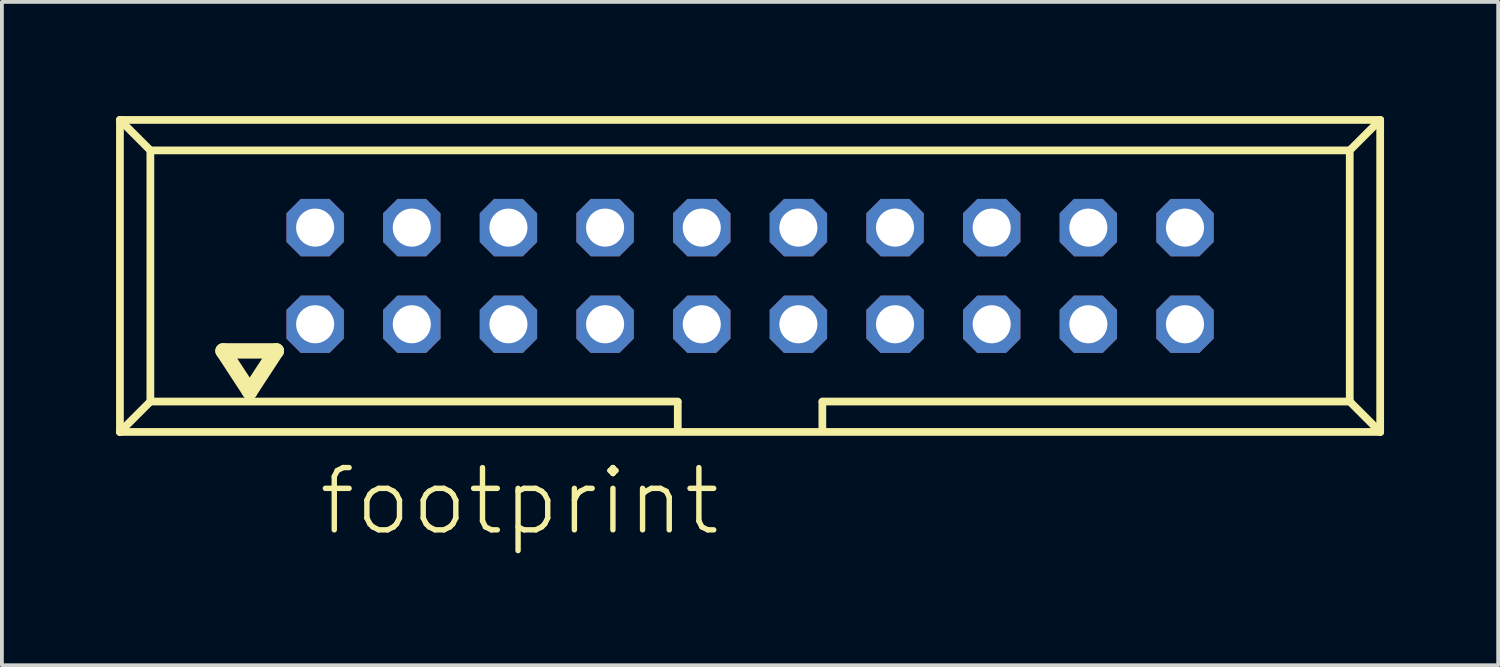
<source format=kicad_pcb>
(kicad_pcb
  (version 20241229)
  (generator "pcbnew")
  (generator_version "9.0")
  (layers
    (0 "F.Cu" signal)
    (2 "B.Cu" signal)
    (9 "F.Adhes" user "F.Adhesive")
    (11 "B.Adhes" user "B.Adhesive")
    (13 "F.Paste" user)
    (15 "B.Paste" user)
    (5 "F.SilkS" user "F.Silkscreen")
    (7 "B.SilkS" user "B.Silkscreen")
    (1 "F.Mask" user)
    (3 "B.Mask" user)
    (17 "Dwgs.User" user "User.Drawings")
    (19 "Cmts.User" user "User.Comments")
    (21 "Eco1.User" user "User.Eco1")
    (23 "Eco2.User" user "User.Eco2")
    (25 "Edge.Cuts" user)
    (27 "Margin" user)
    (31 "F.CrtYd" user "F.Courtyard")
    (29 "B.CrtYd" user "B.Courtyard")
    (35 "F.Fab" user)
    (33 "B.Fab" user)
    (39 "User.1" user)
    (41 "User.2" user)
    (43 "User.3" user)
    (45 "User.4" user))
  (footprint "footprint"
    (layer "F.Cu")
    (at 16.662 4.202)
    (property "Reference" "footprint" (at -11.41 6.88 0) (layer "F.SilkS") (effects (font (size 1.636 1.636) (thickness 0.142)) (justify left bottom)))
    (fp_line (start -16.56 -4.1) (end -15.76 -3.3) (stroke (width 0.203) (type solid)) (layer "F.SilkS"))
    (fp_line (start -16.56 4.1) (end -16.56 -4.1) (stroke (width 0.203) (type solid)) (layer "F.SilkS"))
    (fp_line (start -16.56 4.1) (end -15.76 3.3) (stroke (width 0.203) (type solid)) (layer "F.SilkS"))
    (fp_line (start -16.56 4.1) (end 16.56 4.1) (stroke (width 0.203) (type solid)) (layer "F.SilkS"))
    (fp_line (start -15.76 -3.3) (end 15.76 -3.3) (stroke (width 0.203) (type solid)) (layer "F.SilkS"))
    (fp_line (start -15.76 3.3) (end -15.76 -3.3) (stroke (width 0.203) (type solid)) (layer "F.SilkS"))
    (fp_line (start -13.85 1.97) (end -13.15 3.04) (stroke (width 0.406) (type solid)) (layer "F.SilkS"))
    (fp_line (start -13.15 3.04) (end -12.45 1.97) (stroke (width 0.406) (type solid)) (layer "F.SilkS"))
    (fp_line (start -12.45 1.97) (end -13.85 1.97) (stroke (width 0.406) (type solid)) (layer "F.SilkS"))
    (fp_line (start -1.9 3.3) (end -15.76 3.3) (stroke (width 0.203) (type solid)) (layer "F.SilkS"))
    (fp_line (start -1.9 3.32) (end -1.9 4.03) (stroke (width 0.203) (type solid)) (layer "F.SilkS"))
    (fp_line (start 1.9 3.32) (end 1.9 4.03) (stroke (width 0.203) (type solid)) (layer "F.SilkS"))
    (fp_line (start 15.76 -3.3) (end 15.76 3.3) (stroke (width 0.203) (type solid)) (layer "F.SilkS"))
    (fp_line (start 15.76 3.3) (end 1.9 3.3) (stroke (width 0.203) (type solid)) (layer "F.SilkS"))
    (fp_line (start 15.76 3.3) (end 16.56 4.1) (stroke (width 0.203) (type solid)) (layer "F.SilkS"))
    (fp_line (start 16.56 -4.1) (end -16.56 -4.1) (stroke (width 0.203) (type solid)) (layer "F.SilkS"))
    (fp_line (start 16.56 -4.1) (end 15.76 -3.3) (stroke (width 0.203) (type solid)) (layer "F.SilkS"))
    (fp_line (start 16.56 4.1) (end 16.56 -4.1) (stroke (width 0.203) (type solid)) (layer "F.SilkS"))
    (pad "1" thru_hole roundrect (at -11.43 1.27) (size 1.508 1.508) (drill 1) (layers "*.Cu" "*.Mask") (roundrect_rratio 0.25) (chamfer_ratio 0.25) (chamfer top_left top_right bottom_left bottom_right))
    (pad "2" thru_hole roundrect (at -11.43 -1.27) (size 1.508 1.508) (drill 1) (layers "*.Cu" "*.Mask") (roundrect_rratio 0.25) (chamfer_ratio 0.25) (chamfer top_left top_right bottom_left bottom_right))
    (pad "3" thru_hole roundrect (at -8.89 1.27) (size 1.508 1.508) (drill 1) (layers "*.Cu" "*.Mask") (roundrect_rratio 0.25) (chamfer_ratio 0.25) (chamfer top_left top_right bottom_left bottom_right))
    (pad "4" thru_hole roundrect (at -8.89 -1.27) (size 1.508 1.508) (drill 1) (layers "*.Cu" "*.Mask") (roundrect_rratio 0.25) (chamfer_ratio 0.25) (chamfer top_left top_right bottom_left bottom_right))
    (pad "5" thru_hole roundrect (at -6.35 1.27) (size 1.508 1.508) (drill 1) (layers "*.Cu" "*.Mask") (roundrect_rratio 0.25) (chamfer_ratio 0.25) (chamfer top_left top_right bottom_left bottom_right))
    (pad "6" thru_hole roundrect (at -6.35 -1.27) (size 1.508 1.508) (drill 1) (layers "*.Cu" "*.Mask") (roundrect_rratio 0.25) (chamfer_ratio 0.25) (chamfer top_left top_right bottom_left bottom_right))
    (pad "7" thru_hole roundrect (at -3.81 1.27) (size 1.508 1.508) (drill 1) (layers "*.Cu" "*.Mask") (roundrect_rratio 0.25) (chamfer_ratio 0.25) (chamfer top_left top_right bottom_left bottom_right))
    (pad "8" thru_hole roundrect (at -3.81 -1.27) (size 1.508 1.508) (drill 1) (layers "*.Cu" "*.Mask") (roundrect_rratio 0.25) (chamfer_ratio 0.25) (chamfer top_left top_right bottom_left bottom_right))
    (pad "9" thru_hole roundrect (at -1.27 1.27) (size 1.508 1.508) (drill 1) (layers "*.Cu" "*.Mask") (roundrect_rratio 0.25) (chamfer_ratio 0.25) (chamfer top_left top_right bottom_left bottom_right))
    (pad "10" thru_hole roundrect (at -1.27 -1.27) (size 1.508 1.508) (drill 1) (layers "*.Cu" "*.Mask") (roundrect_rratio 0.25) (chamfer_ratio 0.25) (chamfer top_left top_right bottom_left bottom_right))
    (pad "11" thru_hole roundrect (at 1.27 1.27) (size 1.508 1.508) (drill 1) (layers "*.Cu" "*.Mask") (roundrect_rratio 0.25) (chamfer_ratio 0.25) (chamfer top_left top_right bottom_left bottom_right))
    (pad "12" thru_hole roundrect (at 1.27 -1.27) (size 1.508 1.508) (drill 1) (layers "*.Cu" "*.Mask") (roundrect_rratio 0.25) (chamfer_ratio 0.25) (chamfer top_left top_right bottom_left bottom_right))
    (pad "13" thru_hole roundrect (at 3.81 1.27) (size 1.508 1.508) (drill 1) (layers "*.Cu" "*.Mask") (roundrect_rratio 0.25) (chamfer_ratio 0.25) (chamfer top_left top_right bottom_left bottom_right))
    (pad "14" thru_hole roundrect (at 3.81 -1.27) (size 1.508 1.508) (drill 1) (layers "*.Cu" "*.Mask") (roundrect_rratio 0.25) (chamfer_ratio 0.25) (chamfer top_left top_right bottom_left bottom_right))
    (pad "15" thru_hole roundrect (at 6.35 1.27) (size 1.508 1.508) (drill 1) (layers "*.Cu" "*.Mask") (roundrect_rratio 0.25) (chamfer_ratio 0.25) (chamfer top_left top_right bottom_left bottom_right))
    (pad "16" thru_hole roundrect (at 6.35 -1.27) (size 1.508 1.508) (drill 1) (layers "*.Cu" "*.Mask") (roundrect_rratio 0.25) (chamfer_ratio 0.25) (chamfer top_left top_right bottom_left bottom_right))
    (pad "17" thru_hole roundrect (at 8.89 1.27) (size 1.508 1.508) (drill 1) (layers "*.Cu" "*.Mask") (roundrect_rratio 0.25) (chamfer_ratio 0.25) (chamfer top_left top_right bottom_left bottom_right))
    (pad "18" thru_hole roundrect (at 8.89 -1.27) (size 1.508 1.508) (drill 1) (layers "*.Cu" "*.Mask") (roundrect_rratio 0.25) (chamfer_ratio 0.25) (chamfer top_left top_right bottom_left bottom_right))
    (pad "19" thru_hole roundrect (at 11.43 1.27) (size 1.508 1.508) (drill 1) (layers "*.Cu" "*.Mask") (roundrect_rratio 0.25) (chamfer_ratio 0.25) (chamfer top_left top_right bottom_left bottom_right))
    (pad "20" thru_hole roundrect (at 11.43 -1.27) (size 1.508 1.508) (drill 1) (layers "*.Cu" "*.Mask") (roundrect_rratio 0.25) (chamfer_ratio 0.25) (chamfer top_left top_right bottom_left bottom_right)))
  (gr_rect
    (start -3 -3)
    (end 36.323 14.432)
    (stroke (width 0.1) (type default))
    (fill no)
    (layer "Edge.Cuts")))
</source>
